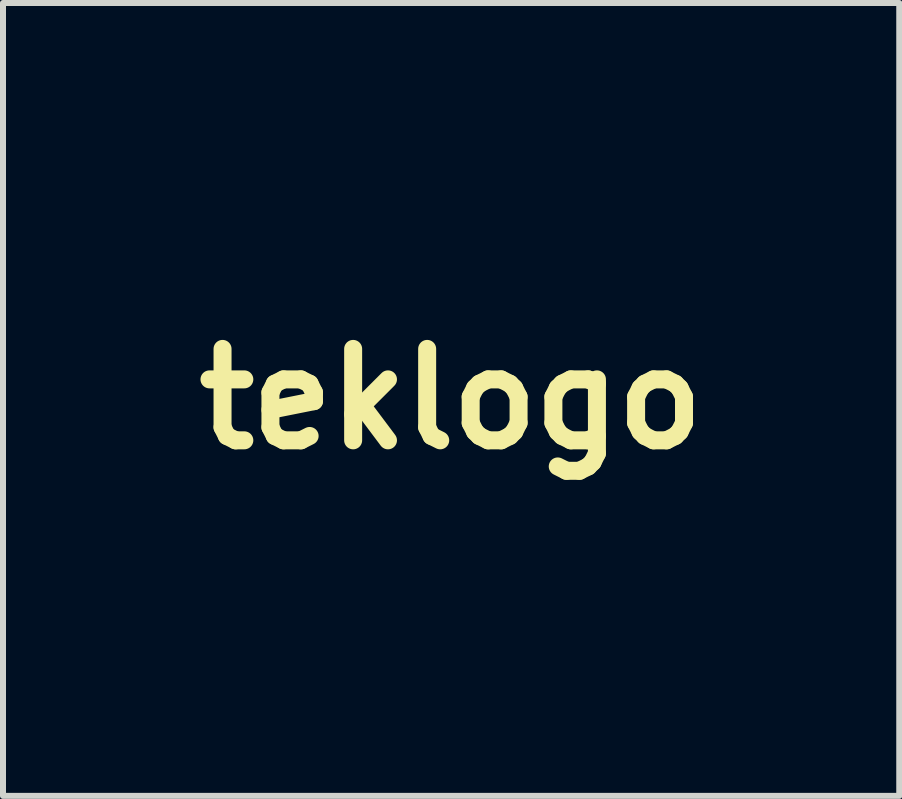
<source format=kicad_pcb>
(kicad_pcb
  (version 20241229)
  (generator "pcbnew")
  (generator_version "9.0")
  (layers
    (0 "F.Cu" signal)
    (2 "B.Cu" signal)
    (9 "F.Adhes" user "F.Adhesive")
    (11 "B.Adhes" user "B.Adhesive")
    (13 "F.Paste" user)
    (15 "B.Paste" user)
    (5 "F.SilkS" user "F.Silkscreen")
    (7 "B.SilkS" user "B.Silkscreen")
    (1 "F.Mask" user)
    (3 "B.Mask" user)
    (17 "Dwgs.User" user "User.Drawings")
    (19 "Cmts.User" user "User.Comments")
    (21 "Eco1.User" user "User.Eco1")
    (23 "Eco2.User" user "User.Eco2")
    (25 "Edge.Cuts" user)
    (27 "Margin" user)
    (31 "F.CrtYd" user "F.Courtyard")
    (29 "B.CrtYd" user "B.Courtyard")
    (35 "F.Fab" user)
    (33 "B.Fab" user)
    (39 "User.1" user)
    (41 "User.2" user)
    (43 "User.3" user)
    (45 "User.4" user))
  (footprint "teklogo"
    (layer "F.Cu")
    (at 4.47 3.601)
    (property "Reference" "teklogo" (at 0 0 0) (layer "F.SilkS") (effects (font (size 1.524 1.524) (thickness 0.3))))
    (attr through_hole)
    (fp_poly (pts (xy -2.727 1.938) (xy -2.741 1.952) (xy -2.754 1.938) (xy -2.741 1.925) (xy -2.727 1.938)) (stroke (width 0.01) (type solid)) (fill yes) (layer "F.Mask"))
    (fp_poly (pts (xy 2.513 2.473) (xy 2.5 2.487) (xy 2.487 2.473) (xy 2.5 2.46) (xy 2.513 2.473)) (stroke (width 0.01) (type solid)) (fill yes) (layer "F.Mask"))
    (fp_poly (pts (xy 2.754 2.821) (xy 2.741 2.834) (xy 2.727 2.821) (xy 2.741 2.807) (xy 2.754 2.821)) (stroke (width 0.01) (type solid)) (fill yes) (layer "F.Mask"))
    (fp_poly (pts (xy 2.861 2.901) (xy 2.847 2.914) (xy 2.834 2.901) (xy 2.847 2.888) (xy 2.861 2.901)) (stroke (width 0.01) (type solid)) (fill yes) (layer "F.Mask"))
    (fp_poly (pts (xy 3.021 2.393) (xy 3.008 2.406) (xy 2.995 2.393) (xy 3.008 2.38) (xy 3.021 2.393)) (stroke (width 0.01) (type solid)) (fill yes) (layer "F.Mask"))
    (fp_poly (pts (xy 3.369 2.928) (xy 3.355 2.941) (xy 3.342 2.928) (xy 3.355 2.914) (xy 3.369 2.928)) (stroke (width 0.01) (type solid)) (fill yes) (layer "F.Mask"))
    (fp_poly (pts (xy -2.736 1.854) (xy -2.733 1.885) (xy -2.736 1.889) (xy -2.752 1.886) (xy -2.754 1.872) (xy -2.744 1.85) (xy -2.736 1.854)) (stroke (width 0.01) (type solid)) (fill yes) (layer "F.Mask"))
    (fp_poly (pts (xy 1.836 -1.595) (xy 1.839 -1.564) (xy 1.836 -1.56) (xy 1.82 -1.563) (xy 1.818 -1.577) (xy 1.828 -1.599) (xy 1.836 -1.595)) (stroke (width 0.01) (type solid)) (fill yes) (layer "F.Mask"))
    (fp_poly (pts (xy 3.066 3.458) (xy 3.062 3.474) (xy 3.048 3.476) (xy 3.026 3.466) (xy 3.03 3.458) (xy 3.062 3.455) (xy 3.066 3.458)) (stroke (width 0.01) (type solid)) (fill yes) (layer "F.Mask"))
    (fp_poly (pts (xy -3.507 -1.005) (xy -3.478 -0.978) (xy -3.484 -0.963) (xy -3.488 -0.963) (xy -3.51 -0.982) (xy -3.518 -0.993) (xy -3.522 -1.012) (xy -3.507 -1.005)) (stroke (width 0.01) (type solid)) (fill yes) (layer "F.Mask"))
    (fp_poly (pts (xy -3.426 -0.952) (xy -3.398 -0.925) (xy -3.404 -0.909) (xy -3.407 -0.909) (xy -3.43 -0.928) (xy -3.438 -0.94) (xy -3.441 -0.958) (xy -3.426 -0.952)) (stroke (width 0.01) (type solid)) (fill yes) (layer "F.Mask"))
    (fp_poly (pts (xy -1.234 0.332) (xy -1.205 0.359) (xy -1.211 0.374) (xy -1.215 0.374) (xy -1.238 0.355) (xy -1.246 0.343) (xy -1.249 0.325) (xy -1.234 0.332)) (stroke (width 0.01) (type solid)) (fill yes) (layer "F.Mask"))
    (fp_poly (pts (xy 2.803 2.765) (xy 2.832 2.792) (xy 2.826 2.807) (xy 2.822 2.807) (xy 2.8 2.788) (xy 2.791 2.776) (xy 2.788 2.758) (xy 2.803 2.765)) (stroke (width 0.01) (type solid)) (fill yes) (layer "F.Mask"))
    (fp_poly (pts (xy 2.827 2.471) (xy 2.878 2.518) (xy 2.885 2.539) (xy 2.878 2.54) (xy 2.857 2.522) (xy 2.818 2.48) (xy 2.767 2.42) (xy 2.827 2.471)) (stroke (width 0.01) (type solid)) (fill yes) (layer "F.Mask"))
    (fp_poly (pts (xy 3.009 3.026) (xy 3.001 3.046) (xy 2.976 3.06) (xy 2.944 3.068) (xy 2.957 3.048) (xy 2.961 3.045) (xy 2.996 3.024) (xy 3.009 3.026)) (stroke (width 0.01) (type solid)) (fill yes) (layer "F.Mask"))
    (fp_poly (pts (xy 3.061 3.556) (xy 3.033 3.578) (xy 3.002 3.582) (xy 2.995 3.572) (xy 3.015 3.555) (xy 3.036 3.546) (xy 3.064 3.544) (xy 3.061 3.556)) (stroke (width 0.01) (type solid)) (fill yes) (layer "F.Mask"))
    (fp_poly (pts (xy 3.258 2.631) (xy 3.286 2.658) (xy 3.281 2.673) (xy 3.277 2.674) (xy 3.254 2.655) (xy 3.246 2.643) (xy 3.243 2.625) (xy 3.258 2.631)) (stroke (width 0.01) (type solid)) (fill yes) (layer "F.Mask"))
    (fp_poly (pts (xy 3.418 2.979) (xy 3.447 3.003) (xy 3.449 3.009) (xy 3.436 3.02) (xy 3.41 2.996) (xy 3.406 2.99) (xy 3.403 2.972) (xy 3.418 2.979)) (stroke (width 0.01) (type solid)) (fill yes) (layer "F.Mask"))
    (fp_poly (pts (xy -3.355 -0.899) (xy -3.322 -0.883) (xy -3.276 -0.856) (xy -3.262 -0.841) (xy -3.27 -0.83) (xy -3.302 -0.849) (xy -3.33 -0.87) (xy -3.365 -0.899) (xy -3.355 -0.899)) (stroke (width 0.01) (type solid)) (fill yes) (layer "F.Mask"))
    (fp_poly (pts (xy -2.043 -3.573) (xy -2.072 -3.556) (xy -2.129 -3.536) (xy -2.158 -3.533) (xy -2.15 -3.548) (xy -2.139 -3.556) (xy -2.082 -3.578) (xy -2.059 -3.58) (xy -2.043 -3.573)) (stroke (width 0.01) (type solid)) (fill yes) (layer "F.Mask"))
    (fp_poly (pts (xy 2.814 2.351) (xy 2.87 2.403) (xy 2.887 2.428) (xy 2.879 2.433) (xy 2.857 2.415) (xy 2.815 2.371) (xy 2.805 2.36) (xy 2.741 2.286) (xy 2.814 2.351)) (stroke (width 0.01) (type solid)) (fill yes) (layer "F.Mask"))
    (fp_poly (pts (xy 3.28 3.305) (xy 3.275 3.315) (xy 3.24 3.341) (xy 3.232 3.342) (xy 3.218 3.326) (xy 3.222 3.315) (xy 3.257 3.29) (xy 3.265 3.289) (xy 3.28 3.305)) (stroke (width 0.01) (type solid)) (fill yes) (layer "F.Mask"))
    (fp_poly (pts (xy 3.449 3.283) (xy 3.449 3.289) (xy 3.428 3.314) (xy 3.421 3.315) (xy 3.405 3.299) (xy 3.409 3.289) (xy 3.433 3.263) (xy 3.437 3.262) (xy 3.449 3.283)) (stroke (width 0.01) (type solid)) (fill yes) (layer "F.Mask"))
    (fp_poly (pts (xy 3.528 3.123) (xy 3.529 3.142) (xy 3.515 3.177) (xy 3.503 3.182) (xy 3.489 3.162) (xy 3.493 3.142) (xy 3.512 3.106) (xy 3.519 3.101) (xy 3.528 3.123)) (stroke (width 0.01) (type solid)) (fill yes) (layer "F.Mask"))
    (fp_poly (pts (xy 0.463 -0.298) (xy 0.5 -0.241) (xy 0.503 -0.191) (xy 0.495 -0.161) (xy 0.475 -0.161) (xy 0.431 -0.192) (xy 0.408 -0.212) (xy 0.351 -0.269) (xy 0.343 -0.305) (xy 0.384 -0.32) (xy 0.402 -0.321) (xy 0.463 -0.298)) (stroke (width 0.01) (type solid)) (fill yes) (layer "F.Mask"))
    (fp_poly (pts (xy 3.309 2.871) (xy 3.29 2.886) (xy 3.266 2.913) (xy 3.285 2.949) (xy 3.287 2.952) (xy 3.31 2.986) (xy 3.309 2.995) (xy 3.283 2.977) (xy 3.263 2.956) (xy 3.245 2.906) (xy 3.266 2.869) (xy 3.297 2.861) (xy 3.309 2.871)) (stroke (width 0.01) (type solid)) (fill yes) (layer "F.Mask"))
    (fp_poly (pts (xy 3.389 3.062) (xy 3.396 3.068) (xy 3.437 3.113) (xy 3.439 3.143) (xy 3.424 3.161) (xy 3.399 3.181) (xy 3.406 3.163) (xy 3.408 3.16) (xy 3.407 3.114) (xy 3.379 3.066) (xy 3.349 3.029) (xy 3.351 3.027) (xy 3.389 3.062)) (stroke (width 0.01) (type solid)) (fill yes) (layer "F.Mask"))
    (fp_poly (pts (xy 2.961 2.419) (xy 3.066 2.522) (xy 3.138 2.593) (xy 3.182 2.638) (xy 3.202 2.663) (xy 3.205 2.673) (xy 3.201 2.674) (xy 3.181 2.656) (xy 3.131 2.606) (xy 3.058 2.533) (xy 2.969 2.442) (xy 2.954 2.426) (xy 2.714 2.179) (xy 2.961 2.419)) (stroke (width 0.01) (type solid)) (fill yes) (layer "F.Mask"))
    (fp_poly (pts (xy 3.328 3.344) (xy 3.336 3.383) (xy 3.33 3.444) (xy 3.299 3.458) (xy 3.248 3.431) (xy 3.213 3.402) (xy 3.223 3.399) (xy 3.259 3.409) (xy 3.304 3.417) (xy 3.311 3.398) (xy 3.307 3.386) (xy 3.303 3.344) (xy 3.311 3.332) (xy 3.328 3.344)) (stroke (width 0.01) (type solid)) (fill yes) (layer "F.Mask"))
    (fp_poly (pts (xy -3.909 -1.424) (xy -3.888 -1.381) (xy -3.88 -1.359) (xy -3.826 -1.265) (xy -3.732 -1.169) (xy -3.722 -1.161) (xy -3.635 -1.091) (xy -3.583 -1.048) (xy -3.559 -1.026) (xy -3.556 -1.017) (xy -3.562 -1.016) (xy -3.589 -1.031) (xy -3.646 -1.071) (xy -3.713 -1.123) (xy -3.808 -1.209) (xy -3.879 -1.295) (xy -3.919 -1.372) (xy -3.923 -1.426) (xy -3.909 -1.424)) (stroke (width 0.01) (type solid)) (fill yes) (layer "F.Mask"))
    (fp_poly (pts (xy -2.329 1.124) (xy -2.251 1.177) (xy -2.208 1.224) (xy -2.19 1.28) (xy -2.187 1.297) (xy -2.185 1.357) (xy -2.205 1.4) (xy -2.256 1.443) (xy -2.285 1.463) (xy -2.356 1.511) (xy -2.411 1.549) (xy -2.426 1.559) (xy -2.442 1.56) (xy -2.452 1.529) (xy -2.458 1.459) (xy -2.46 1.345) (xy -2.46 1.314) (xy -2.46 1.043) (xy -2.329 1.124)) (stroke (width 0.01) (type solid)) (fill yes) (layer "F.Mask"))
    (fp_poly (pts (xy -0.452 0.759) (xy -0.411 0.783) (xy -0.353 0.837) (xy -0.328 0.863) (xy -0.205 0.985) (xy -0.307 1.027) (xy -0.37 1.054) (xy -0.408 1.068) (xy -0.412 1.069) (xy -0.432 1.052) (xy -0.478 1.007) (xy -0.534 0.95) (xy -0.593 0.886) (xy -0.631 0.84) (xy -0.64 0.821) (xy -0.61 0.805) (xy -0.55 0.78) (xy -0.539 0.776) (xy -0.489 0.758) (xy -0.452 0.759)) (stroke (width 0.01) (type solid)) (fill yes) (layer "F.Mask"))
    (fp_poly (pts (xy 0.408 -1.091) (xy 0.495 -1.083) (xy 0.502 -0.845) (xy 0.503 -0.736) (xy 0.5 -0.648) (xy 0.492 -0.593) (xy 0.487 -0.584) (xy 0.447 -0.561) (xy 0.382 -0.537) (xy 0.379 -0.536) (xy 0.294 -0.512) (xy 0.294 -1.019) (xy 0.388 -0.947) (xy 0.45 -0.906) (xy 0.479 -0.903) (xy 0.481 -0.913) (xy 0.46 -0.951) (xy 0.409 -0.994) (xy 0.401 -0.998) (xy 0.339 -1.044) (xy 0.325 -1.077) (xy 0.36 -1.092) (xy 0.408 -1.091)) (stroke (width 0.01) (type solid)) (fill yes) (layer "F.Mask"))
    (fp_poly (pts (xy -0.341 -0.782) (xy -0.306 -0.755) (xy -0.263 -0.717) (xy -0.262 -0.717) (xy -0.191 -0.655) (xy -0.182 0.14) (xy -0.18 0.34) (xy -0.178 0.522) (xy -0.176 0.678) (xy -0.175 0.803) (xy -0.174 0.89) (xy -0.174 0.932) (xy -0.174 0.935) (xy -0.192 0.918) (xy -0.238 0.875) (xy -0.287 0.832) (xy -0.399 0.729) (xy -0.407 -0.047) (xy -0.409 -0.276) (xy -0.411 -0.456) (xy -0.41 -0.593) (xy -0.406 -0.69) (xy -0.398 -0.752) (xy -0.386 -0.786) (xy -0.367 -0.794) (xy -0.341 -0.782)) (stroke (width 0.01) (type solid)) (fill yes) (layer "F.Mask"))
    (fp_poly (pts (xy -2.124 -0.117) (xy -2.071 -0.081) (xy -2.015 -0.037) (xy -1.97 0.006) (xy -1.952 0.033) (xy -1.953 0.036) (xy -2.001 0.071) (xy -2.071 0.112) (xy -2.143 0.152) (xy -2.202 0.179) (xy -2.225 0.185) (xy -2.266 0.169) (xy -2.33 0.131) (xy -2.359 0.112) (xy -2.418 0.066) (xy -2.454 0.033) (xy -2.459 0.025) (xy -2.437 0.003) (xy -2.382 -0.028) (xy -2.312 -0.059) (xy -2.244 -0.083) (xy -2.196 -0.092) (xy -2.187 -0.09) (xy -2.17 -0.089) (xy -2.176 -0.103) (xy -2.175 -0.13) (xy -2.161 -0.133) (xy -2.124 -0.117)) (stroke (width 0.01) (type solid)) (fill yes) (layer "F.Mask"))
    (fp_poly (pts (xy -2.246 -3.496) (xy -2.286 -3.474) (xy -2.536 -3.33) (xy -2.758 -3.18) (xy -2.965 -3.013) (xy -3.169 -2.818) (xy -3.382 -2.585) (xy -3.447 -2.509) (xy -3.497 -2.446) (xy -3.521 -2.41) (xy -3.522 -2.407) (xy -3.539 -2.373) (xy -3.577 -2.308) (xy -3.622 -2.236) (xy -3.677 -2.137) (xy -3.733 -2.015) (xy -3.784 -1.884) (xy -3.824 -1.761) (xy -3.848 -1.661) (xy -3.852 -1.626) (xy -3.864 -1.551) (xy -3.878 -1.511) (xy -3.89 -1.494) (xy -3.892 -1.529) (xy -3.887 -1.577) (xy -3.832 -1.859) (xy -3.736 -2.125) (xy -3.596 -2.381) (xy -3.408 -2.633) (xy -3.191 -2.867) (xy -3.046 -3) (xy -2.886 -3.131) (xy -2.721 -3.253) (xy -2.56 -3.36) (xy -2.414 -3.444) (xy -2.29 -3.5) (xy -2.246 -3.514) (xy -2.223 -3.515) (xy -2.246 -3.496)) (stroke (width 0.01) (type solid)) (fill yes) (layer "F.Mask"))
    (fp_poly (pts (xy -2.303 -3.559) (xy -2.362 -3.529) (xy -2.419 -3.503) (xy -2.72 -3.343) (xy -3.011 -3.139) (xy -3.278 -2.901) (xy -3.51 -2.64) (xy -3.512 -2.637) (xy -3.627 -2.485) (xy -3.712 -2.362) (xy -3.773 -2.26) (xy -3.816 -2.167) (xy -3.838 -2.104) (xy -3.86 -2.041) (xy -3.871 -2.028) (xy -3.875 -2.059) (xy -3.875 -2.061) (xy -3.861 -2.136) (xy -3.818 -2.242) (xy -3.754 -2.366) (xy -3.673 -2.497) (xy -3.596 -2.607) (xy -3.513 -2.711) (xy -3.421 -2.818) (xy -3.326 -2.921) (xy -3.237 -3.011) (xy -3.161 -3.08) (xy -3.107 -3.121) (xy -3.088 -3.128) (xy -3.052 -3.141) (xy -3.048 -3.152) (xy -3.025 -3.188) (xy -2.964 -3.239) (xy -2.874 -3.301) (xy -2.765 -3.368) (xy -2.647 -3.434) (xy -2.531 -3.493) (xy -2.425 -3.539) (xy -2.341 -3.567) (xy -2.323 -3.571) (xy -2.29 -3.573) (xy -2.303 -3.559)) (stroke (width 0.01) (type solid)) (fill yes) (layer "F.Mask"))
    (fp_poly (pts (xy 1.352 -1.358) (xy 1.386 -1.335) (xy 1.406 -1.289) (xy 1.415 -1.211) (xy 1.415 -1.095) (xy 1.408 -0.94) (xy 1.401 -0.784) (xy 1.395 -0.611) (xy 1.391 -0.451) (xy 1.391 -0.397) (xy 1.389 -0.276) (xy 1.384 -0.198) (xy 1.374 -0.154) (xy 1.357 -0.132) (xy 1.344 -0.126) (xy 1.276 -0.104) (xy 1.251 -0.094) (xy 1.236 -0.091) (xy 1.225 -0.102) (xy 1.216 -0.131) (xy 1.21 -0.185) (xy 1.205 -0.27) (xy 1.202 -0.394) (xy 1.199 -0.561) (xy 1.197 -0.673) (xy 1.196 -0.846) (xy 1.194 -1) (xy 1.194 -1.128) (xy 1.195 -1.222) (xy 1.196 -1.274) (xy 1.197 -1.281) (xy 1.218 -1.272) (xy 1.263 -1.235) (xy 1.283 -1.217) (xy 1.345 -1.167) (xy 1.377 -1.158) (xy 1.376 -1.183) (xy 1.341 -1.236) (xy 1.31 -1.27) (xy 1.219 -1.364) (xy 1.304 -1.364) (xy 1.352 -1.358)) (stroke (width 0.01) (type solid)) (fill yes) (layer "F.Mask"))
    (fp_poly (pts (xy 2.914 3.149) (xy 2.893 3.183) (xy 2.881 3.189) (xy 2.869 3.212) (xy 2.901 3.259) (xy 2.908 3.267) (xy 2.95 3.327) (xy 2.967 3.383) (xy 2.967 3.384) (xy 2.962 3.413) (xy 2.943 3.403) (xy 2.911 3.362) (xy 2.864 3.312) (xy 2.821 3.289) (xy 2.819 3.289) (xy 2.784 3.303) (xy 2.791 3.338) (xy 2.827 3.374) (xy 2.882 3.424) (xy 2.919 3.463) (xy 2.947 3.508) (xy 2.936 3.54) (xy 2.928 3.548) (xy 2.895 3.565) (xy 2.877 3.541) (xy 2.878 3.508) (xy 2.89 3.503) (xy 2.905 3.486) (xy 2.9 3.474) (xy 2.863 3.455) (xy 2.851 3.457) (xy 2.808 3.451) (xy 2.794 3.439) (xy 2.766 3.383) (xy 2.763 3.322) (xy 2.784 3.277) (xy 2.794 3.272) (xy 2.83 3.24) (xy 2.834 3.222) (xy 2.853 3.178) (xy 2.874 3.155) (xy 2.907 3.138) (xy 2.914 3.149)) (stroke (width 0.01) (type solid)) (fill yes) (layer "F.Mask"))
    (fp_poly (pts (xy -3.67 0.743) (xy -3.66 0.884) (xy -3.431 0.695) (xy -3.413 1.061) (xy -3.408 1.201) (xy -3.403 1.381) (xy -3.399 1.584) (xy -3.397 1.796) (xy -3.396 2.003) (xy -3.396 2.036) (xy -3.395 2.227) (xy -3.392 2.389) (xy -3.387 2.516) (xy -3.381 2.603) (xy -3.373 2.644) (xy -3.371 2.647) (xy -3.34 2.627) (xy -3.297 2.578) (xy -3.29 2.569) (xy -3.235 2.491) (xy -3.046 2.6) (xy -2.858 2.709) (xy -2.959 2.812) (xy -3.017 2.868) (xy -3.06 2.904) (xy -3.073 2.911) (xy -3.103 2.898) (xy -3.165 2.865) (xy -3.248 2.82) (xy -3.255 2.816) (xy -3.422 2.724) (xy -3.424 2.438) (xy -3.426 2.287) (xy -3.429 2.125) (xy -3.434 1.979) (xy -3.436 1.925) (xy -3.44 1.797) (xy -3.444 1.64) (xy -3.446 1.479) (xy -3.447 1.398) (xy -3.449 1.098) (xy -3.688 0.922) (xy -3.68 0.602) (xy -3.67 0.743)) (stroke (width 0.01) (type solid)) (fill yes) (layer "F.Mask"))
    (fp_poly (pts (xy 3.185 2.945) (xy 3.231 2.984) (xy 3.302 3.06) (xy 3.229 2.996) (xy 3.169 2.953) (xy 3.14 2.949) (xy 3.141 2.975) (xy 3.176 3.025) (xy 3.214 3.063) (xy 3.295 3.146) (xy 3.35 3.222) (xy 3.369 3.276) (xy 3.354 3.266) (xy 3.317 3.224) (xy 3.282 3.179) (xy 3.227 3.113) (xy 3.18 3.067) (xy 3.162 3.055) (xy 3.132 3.059) (xy 3.131 3.091) (xy 3.154 3.135) (xy 3.19 3.172) (xy 3.252 3.219) (xy 3.184 3.279) (xy 3.139 3.325) (xy 3.133 3.361) (xy 3.148 3.394) (xy 3.175 3.453) (xy 3.182 3.487) (xy 3.167 3.531) (xy 3.137 3.545) (xy 3.115 3.53) (xy 3.117 3.505) (xy 3.127 3.503) (xy 3.152 3.484) (xy 3.148 3.443) (xy 3.118 3.398) (xy 3.113 3.394) (xy 3.074 3.373) (xy 3.046 3.395) (xy 3.044 3.397) (xy 3.027 3.416) (xy 3.031 3.388) (xy 3.033 3.38) (xy 3.027 3.311) (xy 2.993 3.253) (xy 2.965 3.208) (xy 3.101 3.208) (xy 3.122 3.234) (xy 3.128 3.235) (xy 3.154 3.215) (xy 3.155 3.208) (xy 3.135 3.182) (xy 3.128 3.182) (xy 3.102 3.202) (xy 3.101 3.208) (xy 2.965 3.208) (xy 2.963 3.204) (xy 2.966 3.182) (xy 2.969 3.182) (xy 2.986 3.17) (xy 2.965 3.135) (xy 2.958 3.119) (xy 2.984 3.137) (xy 2.998 3.149) (xy 3.048 3.188) (xy 3.078 3.19) (xy 3.099 3.172) (xy 3.116 3.133) (xy 3.101 3.115) (xy 3.087 3.086) (xy 3.101 3.062) (xy 3.117 3.01) (xy 3.113 2.987) (xy 3.11 2.942) (xy 3.138 2.928) (xy 3.185 2.945)) (stroke (width 0.01) (type solid)) (fill yes) (layer "F.Mask"))
    (fp_poly (pts (xy -1.425 -3.586) (xy -1.425 -3.586) (xy -1.357 -3.529) (xy -1.276 -3.422) (xy -1.182 -3.267) (xy -1.094 -3.1) (xy -1.044 -3.001) (xy -1.004 -2.923) (xy -0.979 -2.875) (xy -0.975 -2.866) (xy -0.949 -2.87) (xy -0.891 -2.889) (xy -0.866 -2.898) (xy -0.66 -2.961) (xy -0.416 -3.011) (xy -0.151 -3.044) (xy 0.122 -3.059) (xy 0.214 -3.059) (xy 0.588 -3.037) (xy 0.945 -2.975) (xy 1.299 -2.871) (xy 1.66 -2.72) (xy 1.697 -2.702) (xy 2.002 -2.541) (xy 2.269 -2.367) (xy 2.513 -2.17) (xy 2.578 -2.11) (xy 2.66 -2.039) (xy 2.728 -1.988) (xy 2.772 -1.965) (xy 2.782 -1.966) (xy 2.82 -1.98) (xy 2.827 -1.982) (xy 3.038 -1.982) (xy 3.048 -1.927) (xy 3.082 -1.841) (xy 3.142 -1.717) (xy 3.175 -1.652) (xy 3.342 -1.323) (xy 3.251 -1.056) (xy 3.213 -0.95) (xy 3.183 -0.87) (xy 3.163 -0.824) (xy 3.157 -0.819) (xy 3.164 -0.861) (xy 3.184 -0.931) (xy 3.194 -0.96) (xy 3.217 -1.036) (xy 3.217 -1.092) (xy 3.194 -1.155) (xy 3.189 -1.164) (xy 3.156 -1.223) (xy 3.128 -1.255) (xy 3.123 -1.257) (xy 3.114 -1.232) (xy 3.106 -1.166) (xy 3.102 -1.07) (xy 3.101 -1.016) (xy 3.104 -0.908) (xy 3.111 -0.825) (xy 3.122 -0.78) (xy 3.127 -0.775) (xy 3.135 -0.753) (xy 3.124 -0.697) (xy 3.114 -0.665) (xy 3.082 -0.565) (xy 3.075 -0.508) (xy 3.098 -0.486) (xy 3.153 -0.494) (xy 3.202 -0.51) (xy 3.241 -0.525) (xy 3.27 -0.543) (xy 3.294 -0.575) (xy 3.319 -0.629) (xy 3.35 -0.715) (xy 3.393 -0.843) (xy 3.395 -0.85) (xy 3.429 -0.953) (xy 3.456 -1.015) (xy 3.481 -1.034) (xy 3.511 -1.009) (xy 3.552 -0.94) (xy 3.612 -0.825) (xy 3.619 -0.809) (xy 3.661 -0.731) (xy 3.694 -0.69) (xy 3.733 -0.675) (xy 3.792 -0.675) (xy 3.797 -0.676) (xy 3.864 -0.681) (xy 3.901 -0.687) (xy 3.903 -0.688) (xy 3.892 -0.713) (xy 3.861 -0.777) (xy 3.815 -0.871) (xy 3.758 -0.987) (xy 3.737 -1.029) (xy 3.57 -1.363) (xy 3.633 -1.551) (xy 3.69 -1.551) (xy 3.699 -1.529) (xy 3.708 -1.533) (xy 3.711 -1.565) (xy 3.708 -1.569) (xy 3.692 -1.565) (xy 3.69 -1.551) (xy 3.633 -1.551) (xy 3.708 -1.778) (xy 3.747 -1.898) (xy 3.85 -1.898) (xy 3.86 -1.876) (xy 3.868 -1.88) (xy 3.871 -1.912) (xy 3.868 -1.916) (xy 3.852 -1.912) (xy 3.85 -1.898) (xy 3.747 -1.898) (xy 3.753 -1.917) (xy 3.79 -2.038) (xy 3.815 -2.131) (xy 3.828 -2.189) (xy 3.828 -2.203) (xy 3.793 -2.202) (xy 3.73 -2.187) (xy 3.717 -2.183) (xy 3.674 -2.166) (xy 3.641 -2.141) (xy 3.612 -2.098) (xy 3.58 -2.026) (xy 3.538 -1.917) (xy 3.526 -1.885) (xy 3.429 -1.618) (xy 3.326 -1.825) (xy 3.273 -1.927) (xy 3.234 -1.99) (xy 3.2 -2.021) (xy 3.165 -2.031) (xy 3.156 -2.032) (xy 3.093 -2.028) (xy 3.053 -2.014) (xy 3.038 -1.982) (xy 2.827 -1.982) (xy 2.896 -2.003) (xy 2.994 -2.029) (xy 3.013 -2.033) (xy 3.115 -2.057) (xy 3.18 -2.068) (xy 3.222 -2.066) (xy 3.257 -2.05) (xy 3.29 -2.027) (xy 3.353 -1.964) (xy 3.398 -1.894) (xy 3.428 -1.843) (xy 3.456 -1.825) (xy 3.458 -1.825) (xy 3.48 -1.854) (xy 3.511 -1.919) (xy 3.542 -2.004) (xy 3.578 -2.101) (xy 3.614 -2.16) (xy 3.666 -2.196) (xy 3.748 -2.222) (xy 3.775 -2.229) (xy 3.827 -2.233) (xy 3.871 -2.208) (xy 3.917 -2.155) (xy 3.987 -2.063) (xy 3.855 -1.667) (xy 3.723 -1.27) (xy 3.853 -0.999) (xy 3.93 -0.826) (xy 3.973 -0.693) (xy 3.984 -0.598) (xy 3.962 -0.54) (xy 3.932 -0.522) (xy 3.871 -0.526) (xy 3.795 -0.563) (xy 3.718 -0.619) (xy 3.657 -0.686) (xy 3.635 -0.724) (xy 3.607 -0.778) (xy 3.584 -0.802) (xy 3.583 -0.802) (xy 3.566 -0.779) (xy 3.539 -0.717) (xy 3.51 -0.633) (xy 3.48 -0.525) (xy 3.469 -0.438) (xy 3.476 -0.345) (xy 3.482 -0.305) (xy 3.491 -0.216) (xy 3.496 -0.09) (xy 3.497 0.056) (xy 3.494 0.201) (xy 3.467 0.524) (xy 3.409 0.826) (xy 3.317 1.116) (xy 3.187 1.403) (xy 3.016 1.696) (xy 2.848 1.942) (xy 2.848 1.964) (xy 2.871 2.005) (xy 2.921 2.067) (xy 3.002 2.155) (xy 3.116 2.273) (xy 3.203 2.361) (xy 3.332 2.49) (xy 3.428 2.588) (xy 3.496 2.661) (xy 3.54 2.715) (xy 3.565 2.756) (xy 3.577 2.791) (xy 3.579 2.826) (xy 3.577 2.855) (xy 3.569 2.924) (xy 3.558 2.964) (xy 3.553 2.968) (xy 3.531 2.989) (xy 3.506 3.028) (xy 3.487 3.059) (xy 3.485 3.048) (xy 3.476 3.001) (xy 3.441 2.947) (xy 3.405 2.898) (xy 3.409 2.87) (xy 3.431 2.87) (xy 3.432 2.9) (xy 3.459 2.939) (xy 3.495 2.966) (xy 3.506 2.968) (xy 3.529 2.948) (xy 3.529 2.944) (xy 3.512 2.909) (xy 3.474 2.878) (xy 3.439 2.866) (xy 3.431 2.87) (xy 3.409 2.87) (xy 3.41 2.863) (xy 3.417 2.855) (xy 3.454 2.837) (xy 3.481 2.855) (xy 3.526 2.886) (xy 3.55 2.868) (xy 3.551 2.814) (xy 3.538 2.764) (xy 3.503 2.741) (xy 3.443 2.732) (xy 3.343 2.744) (xy 3.221 2.789) (xy 3.09 2.859) (xy 2.963 2.947) (xy 2.854 3.047) (xy 2.843 3.058) (xy 2.749 3.176) (xy 2.681 3.289) (xy 2.64 3.39) (xy 2.629 3.473) (xy 2.649 3.529) (xy 2.694 3.551) (xy 2.744 3.547) (xy 2.749 3.517) (xy 2.722 3.482) (xy 2.701 3.45) (xy 2.702 3.44) (xy 2.725 3.453) (xy 2.768 3.495) (xy 2.79 3.52) (xy 2.832 3.573) (xy 2.853 3.607) (xy 2.849 3.613) (xy 2.824 3.591) (xy 2.787 3.579) (xy 2.722 3.578) (xy 2.719 3.578) (xy 2.687 3.577) (xy 2.652 3.566) (xy 2.611 3.541) (xy 2.556 3.496) (xy 2.481 3.427) (xy 2.381 3.33) (xy 2.252 3.2) (xy 2.137 3.083) (xy 2.035 2.978) (xy 1.954 2.89) (xy 1.897 2.827) (xy 1.872 2.795) (xy 1.872 2.793) (xy 1.889 2.803) (xy 1.939 2.845) (xy 2.014 2.915) (xy 2.11 3.007) (xy 2.218 3.114) (xy 2.329 3.223) (xy 2.426 3.316) (xy 2.503 3.389) (xy 2.556 3.434) (xy 2.576 3.448) (xy 2.562 3.426) (xy 2.517 3.371) (xy 2.445 3.291) (xy 2.354 3.192) (xy 2.259 3.092) (xy 2.139 2.966) (xy 2.049 2.875) (xy 1.98 2.814) (xy 1.924 2.781) (xy 1.873 2.772) (xy 1.816 2.785) (xy 1.748 2.815) (xy 1.658 2.86) (xy 1.658 2.861) (xy 1.5 2.93) (xy 1.308 2.999) (xy 1.1 3.063) (xy 0.895 3.114) (xy 0.882 3.117) (xy 0.762 3.136) (xy 0.603 3.15) (xy 0.419 3.159) (xy 0.225 3.163) (xy 0.033 3.161) (xy -0.142 3.155) (xy -0.286 3.142) (xy -0.361 3.131) (xy -0.609 3.071) (xy -0.859 2.995) (xy -1.094 2.91) (xy -1.299 2.82) (xy -1.377 2.779) (xy -1.533 2.69) (xy -1.661 2.611) (xy -1.777 2.53) (xy -1.898 2.435) (xy -2.04 2.316) (xy -2.049 2.308) (xy -2.128 2.242) (xy -2.19 2.192) (xy -2.227 2.167) (xy -2.231 2.166) (xy -2.262 2.18) (xy -2.315 2.216) (xy -2.325 2.222) (xy -2.402 2.279) (xy -2.564 2.165) (xy -2.654 2.096) (xy -2.71 2.038) (xy -2.731 1.998) (xy -2.71 1.979) (xy -2.701 1.979) (xy -2.67 1.964) (xy -2.605 1.925) (xy -2.515 1.867) (xy -2.409 1.796) (xy -2.403 1.791) (xy -2.13 1.604) (xy -2.048 1.666) (xy -1.966 1.727) (xy -1.883 1.788) (xy -1.88 1.791) (xy -1.794 1.853) (xy -1.985 1.987) (xy -2.177 2.121) (xy -2.017 2.267) (xy -1.698 2.523) (xy -1.353 2.735) (xy -0.987 2.902) (xy -0.604 3.024) (xy -0.21 3.099) (xy 0.191 3.126) (xy 0.593 3.106) (xy 0.992 3.038) (xy 1.383 2.92) (xy 1.652 2.807) (xy 2.006 2.612) (xy 2.042 2.586) (xy 2.139 2.586) (xy 2.157 2.611) (xy 2.206 2.667) (xy 2.28 2.745) (xy 2.372 2.839) (xy 2.413 2.88) (xy 2.541 3.006) (xy 2.637 3.093) (xy 2.703 3.143) (xy 2.742 3.156) (xy 2.754 3.136) (xy 2.754 3.135) (xy 2.736 3.11) (xy 2.687 3.055) (xy 2.613 2.977) (xy 2.521 2.882) (xy 2.48 2.841) (xy 2.352 2.715) (xy 2.255 2.628) (xy 2.189 2.579) (xy 2.151 2.565) (xy 2.139 2.586) (xy 2.139 2.586) (xy 2.042 2.586) (xy 2.116 2.533) (xy 2.246 2.533) (xy 2.264 2.559) (xy 2.312 2.613) (xy 2.382 2.687) (xy 2.466 2.772) (xy 2.554 2.86) (xy 2.639 2.943) (xy 2.712 3.012) (xy 2.764 3.058) (xy 2.787 3.074) (xy 2.806 3.054) (xy 2.807 3.042) (xy 2.789 3.01) (xy 2.74 2.951) (xy 2.669 2.874) (xy 2.585 2.787) (xy 2.497 2.699) (xy 2.413 2.619) (xy 2.343 2.557) (xy 2.294 2.519) (xy 2.28 2.513) (xy 2.248 2.526) (xy 2.246 2.533) (xy 2.116 2.533) (xy 2.212 2.465) (xy 2.326 2.465) (xy 2.344 2.494) (xy 2.393 2.551) (xy 2.464 2.627) (xy 2.547 2.713) (xy 2.635 2.801) (xy 2.719 2.881) (xy 2.79 2.946) (xy 2.839 2.986) (xy 2.856 2.995) (xy 2.88 2.977) (xy 2.924 2.934) (xy 2.931 2.927) (xy 2.981 2.887) (xy 3.062 2.836) (xy 3.16 2.781) (xy 3.26 2.731) (xy 3.347 2.693) (xy 3.407 2.674) (xy 3.415 2.674) (xy 3.447 2.659) (xy 3.449 2.651) (xy 3.431 2.626) (xy 3.38 2.57) (xy 3.303 2.491) (xy 3.206 2.395) (xy 3.127 2.318) (xy 2.804 2.008) (xy 2.619 2.188) (xy 2.54 2.264) (xy 2.477 2.32) (xy 2.44 2.351) (xy 2.432 2.354) (xy 2.421 2.361) (xy 2.403 2.389) (xy 2.394 2.418) (xy 2.405 2.454) (xy 2.442 2.505) (xy 2.51 2.581) (xy 2.544 2.616) (xy 2.714 2.794) (xy 2.52 2.608) (xy 2.429 2.524) (xy 2.364 2.473) (xy 2.331 2.458) (xy 2.326 2.465) (xy 2.212 2.465) (xy 2.329 2.381) (xy 2.616 2.119) (xy 2.865 1.828) (xy 3.074 1.514) (xy 3.24 1.179) (xy 3.361 0.828) (xy 3.432 0.466) (xy 3.452 0.201) (xy 3.455 0.011) (xy 3.454 -0.13) (xy 3.447 -0.229) (xy 3.433 -0.293) (xy 3.41 -0.326) (xy 3.377 -0.334) (xy 3.333 -0.323) (xy 3.331 -0.322) (xy 3.262 -0.308) (xy 3.202 -0.333) (xy 3.2 -0.334) (xy 3.139 -0.369) (xy 3.108 -0.365) (xy 3.101 -0.333) (xy 3.092 -0.314) (xy 3.057 -0.328) (xy 3.008 -0.363) (xy 2.914 -0.434) (xy 2.932 -1.206) (xy 2.937 -1.45) (xy 3.118 -1.45) (xy 3.146 -1.359) (xy 3.17 -1.307) (xy 3.209 -1.235) (xy 3.238 -1.188) (xy 3.25 -1.176) (xy 3.268 -1.198) (xy 3.289 -1.245) (xy 3.3 -1.295) (xy 3.289 -1.356) (xy 3.256 -1.442) (xy 3.242 -1.472) (xy 3.202 -1.553) (xy 3.169 -1.61) (xy 3.152 -1.631) (xy 3.137 -1.607) (xy 3.122 -1.55) (xy 3.12 -1.534) (xy 3.118 -1.45) (xy 2.937 -1.45) (xy 2.937 -1.451) (xy 2.939 -1.646) (xy 2.939 -1.793) (xy 2.936 -1.895) (xy 2.93 -1.956) (xy 2.921 -1.978) (xy 2.92 -1.979) (xy 2.875 -1.97) (xy 2.824 -1.953) (xy 2.8 -1.941) (xy 2.78 -1.923) (xy 2.764 -1.893) (xy 2.751 -1.845) (xy 2.742 -1.774) (xy 2.734 -1.674) (xy 2.728 -1.54) (xy 2.724 -1.367) (xy 2.719 -1.147) (xy 2.717 -1.033) (xy 2.704 -0.369) (xy 2.797 -0.387) (xy 2.864 -0.392) (xy 2.918 -0.373) (xy 2.984 -0.322) (xy 3.077 -0.24) (xy 3.002 -0.213) (xy 2.938 -0.189) (xy 2.897 -0.175) (xy 2.858 -0.184) (xy 2.819 -0.216) (xy 2.767 -0.261) (xy 2.736 -0.257) (xy 2.727 -0.213) (xy 2.724 -0.18) (xy 2.708 -0.18) (xy 2.666 -0.215) (xy 2.654 -0.226) (xy 2.601 -0.271) (xy 2.563 -0.293) (xy 2.559 -0.294) (xy 2.553 -0.32) (xy 2.549 -0.392) (xy 2.545 -0.505) (xy 2.543 -0.651) (xy 2.542 -0.825) (xy 2.542 -1.018) (xy 2.542 -1.076) (xy 2.544 -1.301) (xy 2.545 -1.478) (xy 2.544 -1.614) (xy 2.542 -1.713) (xy 2.538 -1.781) (xy 2.532 -1.825) (xy 2.523 -1.85) (xy 2.512 -1.861) (xy 2.497 -1.865) (xy 2.454 -1.867) (xy 2.423 -1.856) (xy 2.401 -1.824) (xy 2.387 -1.764) (xy 2.378 -1.67) (xy 2.374 -1.534) (xy 2.372 -1.41) (xy 2.369 -1.269) (xy 2.365 -1.151) (xy 2.36 -1.064) (xy 2.354 -1.016) (xy 2.351 -1.011) (xy 2.335 -1.043) (xy 2.306 -1.112) (xy 2.268 -1.207) (xy 2.249 -1.257) (xy 2.184 -1.426) (xy 2.135 -1.552) (xy 2.099 -1.64) (xy 2.071 -1.698) (xy 2.048 -1.731) (xy 2.026 -1.745) (xy 2.003 -1.747) (xy 1.975 -1.743) (xy 1.904 -1.716) (xy 1.858 -1.675) (xy 1.829 -1.641) (xy 1.819 -1.652) (xy 1.818 -1.662) (xy 1.84 -1.718) (xy 1.907 -1.759) (xy 1.975 -1.778) (xy 2.029 -1.785) (xy 2.074 -1.773) (xy 2.125 -1.735) (xy 2.182 -1.682) (xy 2.244 -1.615) (xy 2.287 -1.56) (xy 2.299 -1.532) (xy 2.316 -1.5) (xy 2.326 -1.497) (xy 2.34 -1.522) (xy 2.349 -1.588) (xy 2.353 -1.68) (xy 2.353 -1.863) (xy 2.451 -1.893) (xy 2.523 -1.909) (xy 2.577 -1.898) (xy 2.622 -1.87) (xy 2.685 -1.829) (xy 2.717 -1.822) (xy 2.727 -1.847) (xy 2.727 -1.855) (xy 2.707 -1.893) (xy 2.653 -1.956) (xy 2.573 -2.037) (xy 2.475 -2.127) (xy 2.368 -2.221) (xy 2.259 -2.309) (xy 2.156 -2.385) (xy 2.135 -2.4) (xy 1.761 -2.623) (xy 1.374 -2.796) (xy 0.978 -2.919) (xy 0.576 -2.994) (xy 0.172 -3.018) (xy -0.23 -2.993) (xy -0.627 -2.918) (xy -1.014 -2.793) (xy -1.389 -2.619) (xy -1.626 -2.477) (xy -1.716 -2.414) (xy -1.819 -2.337) (xy -1.925 -2.253) (xy -2.027 -2.168) (xy -2.115 -2.091) (xy -2.181 -2.029) (xy -2.216 -1.988) (xy -2.219 -1.979) (xy -2.196 -1.967) (xy -2.14 -1.968) (xy -2.132 -1.969) (xy -2.043 -1.966) (xy -1.974 -1.927) (xy -1.919 -1.876) (xy -1.875 -1.814) (xy -1.84 -1.734) (xy -1.811 -1.628) (xy -1.786 -1.489) (xy -1.764 -1.31) (xy -1.747 -1.14) (xy -1.731 -0.964) (xy -1.717 -0.833) (xy -1.704 -0.741) (xy -1.692 -0.68) (xy -1.679 -0.643) (xy -1.662 -0.623) (xy -1.646 -0.614) (xy -1.586 -0.583) (xy -1.515 -0.539) (xy -1.511 -0.537) (xy -1.453 -0.5) (xy -1.414 -0.482) (xy -1.41 -0.481) (xy -1.399 -0.505) (xy -1.392 -0.567) (xy -1.39 -0.622) (xy -1.39 -0.762) (xy -1.258 -0.806) (xy -1.179 -0.83) (xy -1.128 -0.835) (xy -1.083 -0.818) (xy -1.032 -0.786) (xy -0.971 -0.746) (xy -0.93 -0.724) (xy -0.924 -0.722) (xy -0.914 -0.746) (xy -0.909 -0.804) (xy -0.909 -0.823) (xy -0.892 -0.919) (xy -0.859 -0.966) (xy -0.828 -1.013) (xy -0.805 -1.096) (xy -0.8 -1.132) (xy -0.743 -1.132) (xy -0.74 -1.055) (xy -0.727 -1.018) (xy -0.721 -1.016) (xy -0.682 -1.024) (xy -0.606 -1.045) (xy -0.504 -1.075) (xy -0.438 -1.096) (xy -0.327 -1.129) (xy -0.232 -1.151) (xy -0.167 -1.161) (xy -0.148 -1.16) (xy -0.124 -1.157) (xy -0.111 -1.178) (xy -0.11 -1.228) (xy -0.121 -1.313) (xy -0.144 -1.441) (xy -0.162 -1.531) (xy -0.199 -1.699) (xy -0.236 -1.82) (xy -0.276 -1.902) (xy -0.323 -1.95) (xy -0.382 -1.973) (xy -0.43 -1.978) (xy -0.511 -1.955) (xy -0.58 -1.882) (xy -0.637 -1.759) (xy -0.67 -1.645) (xy -0.699 -1.505) (xy -0.722 -1.367) (xy -0.737 -1.239) (xy -0.743 -1.132) (xy -0.8 -1.132) (xy -0.79 -1.205) (xy -0.77 -1.37) (xy -0.741 -1.535) (xy -0.707 -1.689) (xy -0.671 -1.82) (xy -0.635 -1.916) (xy -0.615 -1.951) (xy -0.535 -2.023) (xy -0.437 -2.049) (xy -0.334 -2.025) (xy -0.329 -2.023) (xy -0.251 -1.956) (xy -0.186 -1.841) (xy -0.131 -1.676) (xy -0.088 -1.468) (xy -0.069 -1.352) (xy -0.052 -1.258) (xy -0.039 -1.196) (xy -0.034 -1.178) (xy -0.014 -1.186) (xy 0.007 -1.209) (xy 0.045 -1.232) (xy 0.122 -1.264) (xy 0.223 -1.299) (xy 0.335 -1.334) (xy 0.444 -1.363) (xy 0.536 -1.383) (xy 0.594 -1.39) (xy 0.644 -1.374) (xy 0.716 -1.331) (xy 0.782 -1.28) (xy 0.85 -1.225) (xy 0.9 -1.189) (xy 0.919 -1.18) (xy 0.925 -1.209) (xy 0.934 -1.28) (xy 0.946 -1.382) (xy 0.957 -1.489) (xy 0.986 -1.704) (xy 1.026 -1.871) (xy 1.079 -1.991) (xy 1.147 -2.068) (xy 1.23 -2.107) (xy 1.285 -2.112) (xy 1.383 -2.087) (xy 1.473 -2.02) (xy 1.545 -1.923) (xy 1.592 -1.806) (xy 1.604 -1.71) (xy 1.623 -1.666) (xy 1.67 -1.608) (xy 1.728 -1.55) (xy 1.784 -1.508) (xy 1.813 -1.497) (xy 1.823 -1.484) (xy 1.831 -1.439) (xy 1.837 -1.36) (xy 1.841 -1.242) (xy 1.844 -1.081) (xy 1.845 -0.872) (xy 1.845 -0.802) (xy 1.845 -0.106) (xy 1.918 -0.123) (xy 1.977 -0.137) (xy 2.007 -0.144) (xy 2.035 -0.13) (xy 2.09 -0.092) (xy 2.137 -0.055) (xy 2.251 0.038) (xy 2.15 0.072) (xy 2.08 0.092) (xy 2.037 0.089) (xy 2.005 0.067) (xy 1.958 0.032) (xy 1.932 0.041) (xy 1.916 0.085) (xy 1.905 0.114) (xy 1.887 0.119) (xy 1.851 0.095) (xy 1.788 0.04) (xy 1.772 0.025) (xy 1.642 -0.094) (xy 1.654 -0.827) (xy 1.657 -1.055) (xy 1.658 -1.236) (xy 1.657 -1.375) (xy 1.651 -1.476) (xy 1.641 -1.546) (xy 1.624 -1.589) (xy 1.601 -1.612) (xy 1.569 -1.619) (xy 1.528 -1.617) (xy 1.504 -1.613) (xy 1.454 -1.608) (xy 1.455 -1.615) (xy 1.491 -1.635) (xy 1.54 -1.686) (xy 1.546 -1.762) (xy 1.509 -1.854) (xy 1.492 -1.881) (xy 1.422 -1.968) (xy 1.359 -2.015) (xy 1.29 -2.031) (xy 1.279 -2.031) (xy 1.202 -2.007) (xy 1.132 -1.938) (xy 1.075 -1.835) (xy 1.045 -1.737) (xy 1.022 -1.626) (xy 1.016 -1.56) (xy 1.034 -1.532) (xy 1.081 -1.532) (xy 1.164 -1.555) (xy 1.192 -1.564) (xy 1.276 -1.587) (xy 1.342 -1.6) (xy 1.364 -1.602) (xy 1.361 -1.594) (xy 1.316 -1.576) (xy 1.239 -1.552) (xy 1.232 -1.549) (xy 1.137 -1.517) (xy 1.059 -1.484) (xy 1.019 -1.458) (xy 1.006 -1.438) (xy 0.996 -1.4) (xy 0.988 -1.339) (xy 0.981 -1.249) (xy 0.976 -1.125) (xy 0.972 -0.96) (xy 0.968 -0.748) (xy 0.967 -0.71) (xy 0.965 -0.517) (xy 0.964 -0.339) (xy 0.965 -0.184) (xy 0.966 -0.059) (xy 0.969 0.027) (xy 0.973 0.066) (xy 1.001 0.118) (xy 1.058 0.134) (xy 1.063 0.134) (xy 1.12 0.126) (xy 1.209 0.104) (xy 1.313 0.074) (xy 1.419 0.041) (xy 1.511 0.008) (xy 1.573 -0.019) (xy 1.589 -0.029) (xy 1.618 -0.024) (xy 1.671 0.008) (xy 1.734 0.056) (xy 1.793 0.107) (xy 1.833 0.152) (xy 1.84 0.165) (xy 1.825 0.189) (xy 1.778 0.214) (xy 1.706 0.241) (xy 1.723 0.555) (xy 1.746 0.878) (xy 1.774 1.151) (xy 1.811 1.379) (xy 1.856 1.567) (xy 1.91 1.717) (xy 1.975 1.835) (xy 2.013 1.885) (xy 2.081 1.952) (xy 2.143 1.983) (xy 2.188 1.987) (xy 2.283 1.962) (xy 2.37 1.892) (xy 2.442 1.787) (xy 2.472 1.714) (xy 2.511 1.568) (xy 2.547 1.38) (xy 2.58 1.16) (xy 2.607 0.92) (xy 2.629 0.669) (xy 2.642 0.419) (xy 2.647 0.181) (xy 2.647 -0.084) (xy 2.571 -0.068) (xy 2.517 -0.064) (xy 2.47 -0.086) (xy 2.413 -0.143) (xy 2.41 -0.147) (xy 2.361 -0.208) (xy 2.33 -0.255) (xy 2.326 -0.268) (xy 2.306 -0.293) (xy 2.299 -0.294) (xy 2.285 -0.27) (xy 2.275 -0.207) (xy 2.273 -0.142) (xy 2.273 0.01) (xy 2.179 -0.08) (xy 2.085 -0.171) (xy 2.086 -0.533) (xy 2.087 -0.896) (xy 2.163 -0.709) (xy 2.228 -0.55) (xy 2.277 -0.434) (xy 2.315 -0.355) (xy 2.346 -0.307) (xy 2.373 -0.283) (xy 2.401 -0.276) (xy 2.434 -0.281) (xy 2.487 -0.285) (xy 2.538 -0.265) (xy 2.603 -0.213) (xy 2.621 -0.197) (xy 2.73 -0.096) (xy 2.713 0.293) (xy 2.69 0.686) (xy 2.658 1.031) (xy 2.616 1.327) (xy 2.564 1.573) (xy 2.504 1.77) (xy 2.435 1.915) (xy 2.357 2.009) (xy 2.283 2.049) (xy 2.16 2.053) (xy 2.044 2.008) (xy 1.941 1.914) (xy 1.934 1.904) (xy 1.859 1.779) (xy 1.796 1.617) (xy 1.744 1.414) (xy 1.703 1.167) (xy 1.671 0.871) (xy 1.659 0.711) (xy 1.649 0.566) (xy 1.64 0.442) (xy 1.631 0.346) (xy 1.625 0.289) (xy 1.623 0.277) (xy 1.595 0.281) (xy 1.534 0.3) (xy 1.475 0.321) (xy 1.352 0.362) (xy 1.261 0.372) (xy 1.191 0.352) (xy 1.13 0.299) (xy 1.115 0.281) (xy 1.048 0.208) (xy 1.003 0.185) (xy 0.978 0.21) (xy 0.973 0.286) (xy 0.978 0.341) (xy 0.996 0.494) (xy 0.875 0.387) (xy 0.754 0.281) (xy 0.751 -0.038) (xy 0.749 -0.181) (xy 0.743 -0.282) (xy 0.732 -0.349) (xy 0.716 -0.392) (xy 0.703 -0.412) (xy 0.696 -0.424) (xy 0.723 -0.404) (xy 0.776 -0.355) (xy 0.782 -0.349) (xy 0.849 -0.291) (xy 0.902 -0.256) (xy 0.928 -0.25) (xy 0.919 -0.276) (xy 0.878 -0.324) (xy 0.821 -0.378) (xy 0.758 -0.438) (xy 0.718 -0.487) (xy 0.711 -0.512) (xy 0.717 -0.548) (xy 0.721 -0.625) (xy 0.723 -0.732) (xy 0.723 -0.855) (xy 0.722 -0.983) (xy 0.719 -1.104) (xy 0.715 -1.205) (xy 0.709 -1.275) (xy 0.705 -1.297) (xy 0.672 -1.336) (xy 0.609 -1.351) (xy 0.511 -1.343) (xy 0.372 -1.312) (xy 0.302 -1.292) (xy 0.04 -1.216) (xy 0.033 -0.338) (xy 0.031 -0.097) (xy 0.031 0.095) (xy 0.031 0.245) (xy 0.033 0.356) (xy 0.036 0.434) (xy 0.041 0.485) (xy 0.048 0.514) (xy 0.057 0.525) (xy 0.069 0.524) (xy 0.155 0.497) (xy 0.218 0.496) (xy 0.28 0.527) (xy 0.349 0.585) (xy 0.468 0.691) (xy 0.367 0.734) (xy 0.278 0.759) (xy 0.202 0.76) (xy 0.199 0.759) (xy 0.132 0.742) (xy 0.148 0.926) (xy 0.179 1.226) (xy 0.216 1.478) (xy 0.259 1.681) (xy 0.307 1.834) (xy 0.36 1.934) (xy 0.374 1.952) (xy 0.46 2.013) (xy 0.55 2.028) (xy 0.633 1.997) (xy 0.695 1.925) (xy 0.716 1.866) (xy 0.741 1.763) (xy 0.769 1.627) (xy 0.798 1.467) (xy 0.826 1.293) (xy 0.853 1.114) (xy 0.876 0.941) (xy 0.894 0.783) (xy 0.906 0.65) (xy 0.909 0.562) (xy 0.885 0.546) (xy 0.82 0.548) (xy 0.809 0.55) (xy 0.738 0.555) (xy 0.686 0.535) (xy 0.63 0.483) (xy 0.577 0.433) (xy 0.537 0.404) (xy 0.53 0.401) (xy 0.517 0.425) (xy 0.509 0.486) (xy 0.508 0.523) (xy 0.508 0.645) (xy 0.267 0.448) (xy 0.267 -0.273) (xy 0.362 -0.19) (xy 0.423 -0.141) (xy 0.469 -0.111) (xy 0.481 -0.107) (xy 0.493 -0.082) (xy 0.504 -0.017) (xy 0.512 0.078) (xy 0.514 0.114) (xy 0.518 0.225) (xy 0.528 0.292) (xy 0.549 0.324) (xy 0.589 0.33) (xy 0.655 0.319) (xy 0.67 0.316) (xy 0.709 0.328) (xy 0.773 0.369) (xy 0.846 0.428) (xy 0.981 0.549) (xy 0.947 0.909) (xy 0.92 1.148) (xy 0.887 1.374) (xy 0.85 1.578) (xy 0.811 1.752) (xy 0.77 1.885) (xy 0.747 1.941) (xy 0.699 2.022) (xy 0.643 2.067) (xy 0.598 2.083) (xy 0.502 2.098) (xy 0.424 2.075) (xy 0.355 2.024) (xy 0.292 1.939) (xy 0.236 1.805) (xy 0.186 1.626) (xy 0.145 1.405) (xy 0.112 1.146) (xy 0.093 0.922) (xy 0.081 0.797) (xy 0.066 0.695) (xy 0.049 0.63) (xy 0.041 0.615) (xy 0.028 0.584) (xy 0.018 0.521) (xy 0.01 0.42) (xy 0.003 0.277) (xy -0.003 0.088) (xy -0.006 -0.061) (xy -0.011 -0.28) (xy -0.017 -0.45) (xy -0.024 -0.577) (xy -0.035 -0.665) (xy -0.048 -0.718) (xy -0.066 -0.743) (xy -0.089 -0.743) (xy -0.115 -0.727) (xy -0.148 -0.716) (xy -0.196 -0.733) (xy -0.265 -0.78) (xy -0.331 -0.833) (xy -0.351 -0.868) (xy -0.322 -0.895) (xy -0.25 -0.92) (xy -0.189 -0.918) (xy -0.115 -0.872) (xy -0.109 -0.866) (xy -0.053 -0.827) (xy -0.013 -0.812) (xy -0.006 -0.814) (xy -0.013 -0.841) (xy -0.052 -0.885) (xy -0.074 -0.904) (xy -0.136 -0.969) (xy -0.16 -1.038) (xy -0.161 -1.063) (xy -0.161 -1.1) (xy -0.168 -1.124) (xy -0.188 -1.136) (xy -0.228 -1.133) (xy -0.296 -1.115) (xy -0.398 -1.082) (xy -0.542 -1.033) (xy -0.588 -1.017) (xy -0.869 -0.921) (xy -0.877 -0.808) (xy -0.879 -0.739) (xy -0.873 -0.699) (xy -0.87 -0.695) (xy -0.837 -0.705) (xy -0.776 -0.728) (xy -0.758 -0.735) (xy -0.694 -0.761) (xy -0.655 -0.775) (xy -0.652 -0.775) (xy -0.649 -0.75) (xy -0.648 -0.677) (xy -0.647 -0.565) (xy -0.646 -0.418) (xy -0.646 -0.245) (xy -0.647 -0.051) (xy -0.648 0.007) (xy -0.654 0.789) (xy -0.662 0.128) (xy -0.664 -0.077) (xy -0.667 -0.235) (xy -0.67 -0.353) (xy -0.675 -0.436) (xy -0.682 -0.492) (xy -0.691 -0.527) (xy -0.703 -0.548) (xy -0.719 -0.56) (xy -0.725 -0.563) (xy -0.774 -0.58) (xy -0.797 -0.576) (xy -0.801 -0.546) (xy -0.805 -0.469) (xy -0.808 -0.351) (xy -0.811 -0.199) (xy -0.813 -0.019) (xy -0.814 0.183) (xy -0.815 0.329) (xy -0.815 1.217) (xy -0.941 1.096) (xy -1.066 0.976) (xy -1.082 0.753) (xy -1.094 0.637) (xy -1.113 0.531) (xy -1.135 0.456) (xy -1.14 0.445) (xy -1.183 0.361) (xy -1.066 0.468) (xy -1.002 0.529) (xy -0.956 0.576) (xy -0.941 0.595) (xy -0.917 0.618) (xy -0.895 0.597) (xy -0.883 0.542) (xy -0.882 0.521) (xy -0.89 0.458) (xy -0.91 0.427) (xy -0.933 0.439) (xy -0.942 0.46) (xy -0.968 0.464) (xy -1.027 0.433) (xy -1.09 0.387) (xy -1.175 0.314) (xy -1.211 0.262) (xy -1.211 0.241) (xy -1.163 0.117) (xy -1.13 0.016) (xy -1.111 -0.078) (xy -1.103 -0.181) (xy -1.104 -0.308) (xy -1.11 -0.447) (xy -1.119 -0.578) (xy -1.129 -0.687) (xy -1.139 -0.764) (xy -1.148 -0.801) (xy -1.15 -0.802) (xy -1.185 -0.793) (xy -1.249 -0.769) (xy -1.267 -0.762) (xy -1.364 -0.721) (xy -1.364 -0.442) (xy -1.372 -0.207) (xy -1.399 -0.021) (xy -1.443 0.116) (xy -1.504 0.203) (xy -1.583 0.239) (xy -1.603 0.241) (xy -1.624 0.238) (xy -1.638 0.226) (xy -1.648 0.196) (xy -1.654 0.141) (xy -1.657 0.053) (xy -1.658 -0.077) (xy -1.658 -0.177) (xy -1.658 -0.339) (xy -1.595 -0.339) (xy -1.592 -0.323) (xy -1.577 -0.321) (xy -1.555 -0.331) (xy -1.56 -0.339) (xy -1.591 -0.342) (xy -1.595 -0.339) (xy -1.658 -0.339) (xy -1.658 -0.594) (xy -1.731 -0.576) (xy -1.769 -0.566) (xy -1.799 -0.555) (xy -1.823 -0.538) (xy -1.842 -0.508) (xy -1.855 -0.461) (xy -1.864 -0.392) (xy -1.869 -0.294) (xy -1.871 -0.164) (xy -1.871 0.004) (xy -1.869 0.216) (xy -1.867 0.444) (xy -1.865 0.663) (xy -1.861 0.866) (xy -1.858 1.045) (xy -1.853 1.194) (xy -1.849 1.308) (xy -1.844 1.38) (xy -1.841 1.403) (xy -1.808 1.404) (xy -1.75 1.383) (xy -1.743 1.38) (xy -1.693 1.357) (xy -1.654 1.357) (xy -1.607 1.384) (xy -1.56 1.421) (xy -1.487 1.478) (xy -1.423 1.527) (xy -1.404 1.541) (xy -1.367 1.573) (xy -1.373 1.596) (xy -1.4 1.618) (xy -1.429 1.646) (xy -1.438 1.682) (xy -1.428 1.744) (xy -1.419 1.783) (xy -1.373 1.906) (xy -1.312 1.989) (xy -1.241 2.027) (xy -1.165 2.017) (xy -1.1 1.969) (xy -1.04 1.881) (xy -0.985 1.757) (xy -0.942 1.614) (xy -0.919 1.484) (xy -0.911 1.395) (xy -0.916 1.35) (xy -0.941 1.342) (xy -0.989 1.363) (xy -0.994 1.366) (xy -1.03 1.377) (xy -1.068 1.366) (xy -1.12 1.324) (xy -1.167 1.279) (xy -1.234 1.217) (xy -1.276 1.189) (xy -1.302 1.192) (xy -1.312 1.203) (xy -1.327 1.257) (xy -1.326 1.328) (xy -1.322 1.407) (xy -1.328 1.468) (xy -1.339 1.494) (xy -1.36 1.497) (xy -1.4 1.475) (xy -1.469 1.422) (xy -1.485 1.409) (xy -1.628 1.297) (xy -1.629 0.921) (xy -1.631 0.545) (xy -1.491 0.674) (xy -1.422 0.734) (xy -1.369 0.771) (xy -1.343 0.779) (xy -1.342 0.777) (xy -1.356 0.747) (xy -1.399 0.697) (xy -1.458 0.638) (xy -1.523 0.583) (xy -1.56 0.556) (xy -1.582 0.532) (xy -1.562 0.521) (xy -1.513 0.526) (xy -1.48 0.535) (xy -1.4 0.582) (xy -1.347 0.659) (xy -1.318 0.774) (xy -1.31 0.92) (xy -1.307 1.016) (xy -1.299 1.088) (xy -1.288 1.122) (xy -1.286 1.123) (xy -1.247 1.111) (xy -1.188 1.081) (xy -1.182 1.078) (xy -1.103 1.032) (xy -0.966 1.147) (xy -0.887 1.221) (xy -0.839 1.284) (xy -0.829 1.316) (xy -0.837 1.394) (xy -0.86 1.505) (xy -0.892 1.633) (xy -0.929 1.759) (xy -0.966 1.867) (xy -0.998 1.938) (xy -1.076 2.042) (xy -1.161 2.096) (xy -1.248 2.1) (xy -1.332 2.058) (xy -1.406 1.97) (xy -1.465 1.837) (xy -1.477 1.798) (xy -1.502 1.727) (xy -1.528 1.698) (xy -1.556 1.699) (xy -1.612 1.696) (xy -1.663 1.673) (xy -1.725 1.637) (xy -1.756 1.643) (xy -1.762 1.694) (xy -1.76 1.723) (xy -1.755 1.77) (xy -1.76 1.793) (xy -1.782 1.791) (xy -1.829 1.762) (xy -1.908 1.704) (xy -1.945 1.676) (xy -2.022 1.616) (xy -2.064 1.569) (xy -2.082 1.523) (xy -2.085 1.467) (xy -2.093 1.396) (xy -2.113 1.364) (xy -2.118 1.364) (xy -2.136 1.356) (xy -2.118 1.332) (xy -2.087 1.319) (xy -2.044 1.342) (xy -2.011 1.372) (xy -1.956 1.418) (xy -1.916 1.443) (xy -1.91 1.444) (xy -1.899 1.419) (xy -1.893 1.352) (xy -1.893 1.253) (xy -1.894 1.23) (xy -1.899 1.131) (xy -1.907 1.056) (xy -1.914 1.018) (xy -1.916 1.016) (xy -1.946 1.028) (xy -2.006 1.059) (xy -2.055 1.086) (xy -2.179 1.156) (xy -2.32 1.068) (xy -2.392 1.022) (xy -2.44 0.988) (xy -2.453 0.974) (xy -2.428 0.959) (xy -2.369 0.926) (xy -2.292 0.883) (xy -2.138 0.799) (xy -2.052 0.859) (xy -1.991 0.905) (xy -1.951 0.942) (xy -1.947 0.947) (xy -1.916 0.959) (xy -1.906 0.953) (xy -1.913 0.926) (xy -1.953 0.877) (xy -1.999 0.833) (xy -2.067 0.769) (xy -2.101 0.716) (xy -2.112 0.655) (xy -2.113 0.635) (xy -2.116 0.571) (xy -2.124 0.536) (xy -2.126 0.535) (xy -2.155 0.547) (xy -2.218 0.578) (xy -2.301 0.623) (xy -2.314 0.63) (xy -2.487 0.725) (xy -2.487 0.078) (xy -2.368 0.159) (xy -2.298 0.211) (xy -2.261 0.256) (xy -2.246 0.316) (xy -2.241 0.381) (xy -2.234 0.463) (xy -2.221 0.503) (xy -2.196 0.516) (xy -2.171 0.515) (xy -2.11 0.526) (xy -2.038 0.563) (xy -2.021 0.575) (xy -1.962 0.617) (xy -1.922 0.64) (xy -1.916 0.642) (xy -1.909 0.617) (xy -1.904 0.548) (xy -1.9 0.447) (xy -1.898 0.322) (xy -1.898 0.309) (xy -1.898 -0.024) (xy -2.019 -0.107) (xy -2.09 -0.161) (xy -2.127 -0.207) (xy -2.138 -0.261) (xy -2.139 -0.282) (xy -2.142 -0.343) (xy -2.15 -0.374) (xy -2.152 -0.374) (xy -2.18 -0.363) (xy -2.245 -0.333) (xy -2.339 -0.287) (xy -2.446 -0.235) (xy -2.727 -0.095) (xy -2.732 0.868) (xy -2.734 1.098) (xy -2.736 1.289) (xy -2.739 1.439) (xy -2.742 1.545) (xy -2.746 1.605) (xy -2.75 1.617) (xy -2.754 1.577) (xy -2.769 1.425) (xy -2.793 1.299) (xy -2.821 1.207) (xy -2.853 1.157) (xy -2.87 1.15) (xy -2.876 1.176) (xy -2.88 1.25) (xy -2.882 1.368) (xy -2.882 1.525) (xy -2.879 1.716) (xy -2.875 1.901) (xy -2.855 2.653) (xy -2.985 2.579) (xy -3.064 2.532) (xy -3.127 2.491) (xy -3.15 2.473) (xy -3.16 2.452) (xy -3.164 2.431) (xy -2.995 2.431) (xy -2.975 2.459) (xy -2.968 2.46) (xy -2.942 2.451) (xy -2.941 2.448) (xy -2.96 2.425) (xy -2.968 2.42) (xy -2.992 2.422) (xy -2.995 2.431) (xy -3.164 2.431) (xy -3.169 2.407) (xy -3.176 2.333) (xy -3.183 2.226) (xy -3.188 2.082) (xy -3.193 1.895) (xy -3.198 1.661) (xy -3.201 1.501) (xy -3.204 1.283) (xy -3.205 1.083) (xy -3.206 0.907) (xy -3.206 0.76) (xy -3.204 0.65) (xy -3.202 0.582) (xy -3.198 0.561) (xy -3.169 0.575) (xy -3.108 0.611) (xy -3.037 0.657) (xy -2.959 0.712) (xy -2.914 0.756) (xy -2.892 0.805) (xy -2.882 0.876) (xy -2.881 0.877) (xy -2.861 0.982) (xy -2.828 1.087) (xy -2.818 1.11) (xy -2.767 1.217) (xy -2.76 0.939) (xy -2.758 0.823) (xy -2.758 0.728) (xy -2.761 0.667) (xy -2.764 0.649) (xy -2.794 0.651) (xy -2.831 0.667) (xy -2.869 0.678) (xy -2.915 0.668) (xy -2.983 0.632) (xy -3.034 0.601) (xy -3.109 0.551) (xy -3.157 0.517) (xy -3.093 0.517) (xy -3.089 0.533) (xy -3.075 0.535) (xy -3.053 0.525) (xy -3.057 0.517) (xy -3.089 0.514) (xy -3.093 0.517) (xy -3.157 0.517) (xy -3.162 0.513) (xy -3.182 0.496) (xy -3.161 0.476) (xy -3.109 0.437) (xy -3.059 0.403) (xy -2.937 0.32) (xy -2.869 0.374) (xy -2.803 0.418) (xy -2.772 0.425) (xy -2.781 0.399) (xy -2.833 0.344) (xy -2.841 0.337) (xy -2.908 0.266) (xy -2.938 0.202) (xy -2.941 0.164) (xy -2.949 0.106) (xy -2.967 0.08) (xy -2.968 0.08) (xy -3.008 0.096) (xy -3.08 0.137) (xy -3.174 0.198) (xy -3.282 0.271) (xy -3.393 0.349) (xy -3.497 0.426) (xy -3.585 0.496) (xy -3.647 0.55) (xy -3.669 0.574) (xy -3.687 0.584) (xy -3.689 0.57) (xy -3.669 0.546) (xy -3.616 0.497) (xy -3.538 0.432) (xy -3.444 0.357) (xy -3.345 0.28) (xy -3.25 0.208) (xy -3.168 0.149) (xy -3.107 0.11) (xy -3.106 0.109) (xy -3.085 0.071) (xy -3.066 -0.018) (xy -3.061 -0.058) (xy -3.016 -0.058) (xy -3.015 -0.003) (xy -3.003 0.021) (xy -2.979 0.027) (xy -2.977 0.027) (xy -2.921 0.044) (xy -2.861 0.08) (xy -2.801 0.122) (xy -2.769 0.123) (xy -2.756 0.081) (xy -2.754 0.015) (xy -2.75 -0.062) (xy -2.728 -0.109) (xy -2.675 -0.148) (xy -2.652 -0.161) (xy -2.55 -0.218) (xy -2.542 -0.358) (xy -2.487 -0.358) (xy -2.481 -0.29) (xy -2.468 -0.267) (xy -2.433 -0.279) (xy -2.366 -0.31) (xy -2.292 -0.349) (xy -2.141 -0.431) (xy -2.04 -0.362) (xy -1.975 -0.321) (xy -1.928 -0.297) (xy -1.918 -0.294) (xy -1.907 -0.318) (xy -1.906 -0.377) (xy -1.908 -0.403) (xy -1.912 -0.476) (xy -1.896 -0.519) (xy -1.85 -0.553) (xy -1.843 -0.557) (xy -1.812 -0.575) (xy -1.79 -0.594) (xy -1.776 -0.622) (xy -1.769 -0.666) (xy -1.77 -0.734) (xy -1.777 -0.833) (xy -1.79 -0.972) (xy -1.806 -1.129) (xy -1.827 -1.324) (xy -1.846 -1.473) (xy -1.866 -1.585) (xy -1.887 -1.67) (xy -1.912 -1.733) (xy -1.944 -1.785) (xy -1.968 -1.817) (xy -2.045 -1.879) (xy -2.124 -1.892) (xy -2.201 -1.858) (xy -2.271 -1.78) (xy -2.329 -1.662) (xy -2.364 -1.541) (xy -2.39 -1.408) (xy -2.414 -1.254) (xy -2.436 -1.087) (xy -2.455 -0.917) (xy -2.47 -0.75) (xy -2.481 -0.596) (xy -2.487 -0.463) (xy -2.487 -0.358) (xy -2.542 -0.358) (xy -2.519 -0.744) (xy -2.497 -1.038) (xy -2.47 -1.282) (xy -2.437 -1.477) (xy -2.399 -1.627) (xy -2.361 -1.72) (xy -2.337 -1.784) (xy -2.343 -1.814) (xy -2.374 -1.801) (xy -2.405 -1.767) (xy -2.442 -1.729) (xy -2.465 -1.726) (xy -2.465 -1.727) (xy -2.472 -1.731) (xy -2.47 -1.718) (xy -2.479 -1.682) (xy -2.512 -1.613) (xy -2.561 -1.523) (xy -2.589 -1.476) (xy -2.76 -1.143) (xy -2.89 -0.778) (xy -2.978 -0.385) (xy -3.008 -0.154) (xy -3.016 -0.058) (xy -3.061 -0.058) (xy -3.05 -0.154) (xy -3.048 -0.176) (xy -3.035 -0.305) (xy -3.02 -0.427) (xy -3.005 -0.524) (xy -2.999 -0.556) (xy -2.973 -0.67) (xy -3.104 -0.737) (xy -3.176 -0.775) (xy -3.224 -0.805) (xy -3.235 -0.816) (xy -3.214 -0.813) (xy -3.158 -0.79) (xy -3.101 -0.762) (xy -3.018 -0.723) (xy -2.975 -0.711) (xy -2.972 -0.721) (xy -3.004 -0.752) (xy -3.07 -0.798) (xy -3.166 -0.858) (xy -3.188 -0.87) (xy -3.231 -0.896) (xy -2.941 -0.896) (xy -2.928 -0.882) (xy -2.914 -0.896) (xy -2.928 -0.909) (xy -2.941 -0.896) (xy -3.231 -0.896) (xy -3.389 -0.99) (xy -3.547 -1.094) (xy -3.66 -1.182) (xy -3.727 -1.251) (xy -3.739 -1.273) (xy -3.767 -1.389) (xy -3.756 -1.536) (xy -3.715 -1.69) (xy -3.684 -1.774) (xy -3.643 -1.873) (xy -3.598 -1.974) (xy -3.557 -2.062) (xy -3.526 -2.12) (xy -3.518 -2.131) (xy -3.498 -2.116) (xy -3.449 -2.072) (xy -3.378 -2.006) (xy -3.326 -1.957) (xy -3.214 -1.855) (xy -3.094 -1.756) (xy -2.974 -1.665) (xy -2.861 -1.588) (xy -2.764 -1.529) (xy -2.689 -1.495) (xy -2.646 -1.489) (xy -2.641 -1.492) (xy -2.637 -1.514) (xy -2.657 -1.553) (xy -2.704 -1.613) (xy -2.783 -1.701) (xy -2.889 -1.811) (xy -3.04 -1.968) (xy -3.155 -2.091) (xy -3.24 -2.187) (xy -3.297 -2.26) (xy -3.33 -2.314) (xy -3.343 -2.354) (xy -3.339 -2.386) (xy -3.336 -2.393) (xy -3.268 -2.496) (xy -3.165 -2.621) (xy -3.149 -2.638) (xy -1.863 -2.638) (xy -1.859 -2.622) (xy -1.845 -2.62) (xy -1.823 -2.63) (xy -1.827 -2.638) (xy -1.859 -2.641) (xy -1.863 -2.638) (xy -3.149 -2.638) (xy -3.034 -2.759) (xy -2.946 -2.844) (xy -2.798 -2.844) (xy -2.794 -2.834) (xy -2.77 -2.809) (xy -2.766 -2.807) (xy -2.754 -2.828) (xy -2.754 -2.834) (xy -2.774 -2.86) (xy -2.782 -2.861) (xy -2.798 -2.844) (xy -2.946 -2.844) (xy -2.885 -2.904) (xy -2.726 -3.046) (xy -2.565 -3.178) (xy -2.412 -3.291) (xy -2.275 -3.379) (xy -2.229 -3.404) (xy -2.094 -3.472) (xy -1.88 -3.253) (xy -1.776 -3.143) (xy -1.671 -3.023) (xy -1.581 -2.911) (xy -1.539 -2.854) (xy -1.478 -2.771) (xy -1.426 -2.708) (xy -1.393 -2.676) (xy -1.387 -2.674) (xy -1.381 -2.694) (xy -1.403 -2.751) (xy -1.449 -2.837) (xy -1.515 -2.947) (xy -1.598 -3.074) (xy -1.693 -3.212) (xy -1.711 -3.235) (xy -1.658 -3.235) (xy -1.648 -3.213) (xy -1.64 -3.217) (xy -1.637 -3.249) (xy -1.64 -3.253) (xy -1.656 -3.249) (xy -1.658 -3.235) (xy -1.711 -3.235) (xy -1.782 -3.332) (xy -1.845 -3.419) (xy -1.895 -3.488) (xy -1.922 -3.53) (xy -1.925 -3.538) (xy -1.901 -3.549) (xy -1.839 -3.562) (xy -1.783 -3.57) (xy -1.657 -3.575) (xy -1.555 -3.552) (xy -1.466 -3.493) (xy -1.378 -3.393) (xy -1.33 -3.325) (xy -1.26 -3.213) (xy -1.19 -3.093) (xy -1.135 -2.991) (xy -1.133 -2.988) (xy -1.083 -2.893) (xy -1.045 -2.842) (xy -1.022 -2.837) (xy -1.016 -2.868) (xy -1.03 -2.911) (xy -1.066 -2.989) (xy -1.119 -3.088) (xy -1.182 -3.199) (xy -1.249 -3.31) (xy -1.313 -3.411) (xy -1.367 -3.489) (xy -1.397 -3.525) (xy -1.443 -3.576) (xy -1.452 -3.596) (xy -1.425 -3.586)) (stroke (width 0.01) (type solid)) (fill yes) (layer "F.Mask")))
  (gr_rect
    (start -3 -3)
    (end 11.941 10.218)
    (stroke (width 0.1) (type default))
    (fill no)
    (layer "Edge.Cuts")))
</source>
